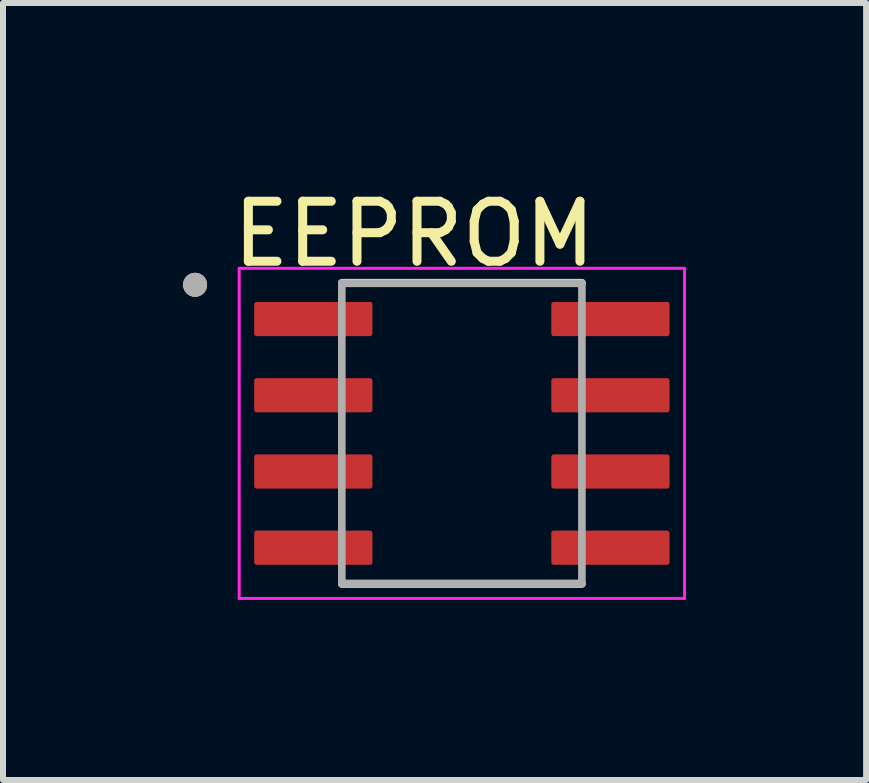
<source format=kicad_pcb>
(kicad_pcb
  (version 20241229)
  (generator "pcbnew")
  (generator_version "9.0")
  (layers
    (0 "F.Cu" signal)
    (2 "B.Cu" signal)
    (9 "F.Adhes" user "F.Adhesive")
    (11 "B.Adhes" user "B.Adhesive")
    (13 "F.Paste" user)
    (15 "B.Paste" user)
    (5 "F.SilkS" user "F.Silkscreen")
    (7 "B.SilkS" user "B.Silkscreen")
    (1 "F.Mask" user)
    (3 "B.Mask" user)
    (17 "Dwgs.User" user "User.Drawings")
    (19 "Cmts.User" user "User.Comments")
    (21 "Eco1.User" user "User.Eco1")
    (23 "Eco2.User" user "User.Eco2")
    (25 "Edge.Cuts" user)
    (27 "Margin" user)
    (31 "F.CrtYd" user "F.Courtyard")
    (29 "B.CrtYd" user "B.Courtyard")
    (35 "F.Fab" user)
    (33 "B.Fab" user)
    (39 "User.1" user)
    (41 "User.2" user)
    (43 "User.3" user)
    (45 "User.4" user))
  (footprint "EEPROM"
    (layer "F.Cu")
    (at 4.645 4.17)
    (property "Reference" "EEPROM" (at -0.795 -3.322 0) (layer "F.SilkS") (effects (font (size 1 1) (thickness 0.15))))
    (attr through_hole)
    (fp_line (start -2 -2.51) (end 2 -2.51) (stroke (width 0.127) (type solid)) (layer "F.SilkS"))
    (fp_line (start -2 2.51) (end 2 2.51) (stroke (width 0.127) (type solid)) (layer "F.SilkS"))
    (fp_circle (center -4.445 -2.475) (end -4.345 -2.475) (stroke (width 0.2) (type solid)) (fill no) (layer "F.SilkS"))
    (fp_line (start -3.71 -2.75) (end -3.71 2.75) (stroke (width 0.05) (type solid)) (layer "F.CrtYd"))
    (fp_line (start -3.71 -2.75) (end 3.71 -2.75) (stroke (width 0.05) (type solid)) (layer "F.CrtYd"))
    (fp_line (start -3.71 2.75) (end 3.71 2.75) (stroke (width 0.05) (type solid)) (layer "F.CrtYd"))
    (fp_line (start 3.71 -2.75) (end 3.71 2.75) (stroke (width 0.05) (type solid)) (layer "F.CrtYd"))
    (fp_line (start -2 -2.5) (end -2 2.5) (stroke (width 0.127) (type solid)) (layer "F.Fab"))
    (fp_line (start -2 -2.5) (end 2 -2.5) (stroke (width 0.127) (type solid)) (layer "F.Fab"))
    (fp_line (start -2 2.5) (end 2 2.5) (stroke (width 0.127) (type solid)) (layer "F.Fab"))
    (fp_line (start 2 -2.5) (end 2 2.5) (stroke (width 0.127) (type solid)) (layer "F.Fab"))
    (fp_circle (center -4.445 -2.475) (end -4.345 -2.475) (stroke (width 0.2) (type solid)) (fill no) (layer "F.Fab"))
    (pad "1" smd roundrect (at -2.475 -1.905) (size 1.97 0.57) (layers "F.Cu" "F.Mask" "F.Paste") (roundrect_rratio 0.07))
    (pad "2" smd roundrect (at -2.475 -0.635) (size 1.97 0.57) (layers "F.Cu" "F.Mask" "F.Paste") (roundrect_rratio 0.07))
    (pad "3" smd roundrect (at -2.475 0.635) (size 1.97 0.57) (layers "F.Cu" "F.Mask" "F.Paste") (roundrect_rratio 0.07))
    (pad "4" smd roundrect (at -2.475 1.905) (size 1.97 0.57) (layers "F.Cu" "F.Mask" "F.Paste") (roundrect_rratio 0.07))
    (pad "5" smd roundrect (at 2.475 1.905) (size 1.97 0.57) (layers "F.Cu" "F.Mask" "F.Paste") (roundrect_rratio 0.07))
    (pad "6" smd roundrect (at 2.475 0.635) (size 1.97 0.57) (layers "F.Cu" "F.Mask" "F.Paste") (roundrect_rratio 0.07))
    (pad "7" smd roundrect (at 2.475 -0.635) (size 1.97 0.57) (layers "F.Cu" "F.Mask" "F.Paste") (roundrect_rratio 0.07))
    (pad "8" smd roundrect (at 2.475 -1.905) (size 1.97 0.57) (layers "F.Cu" "F.Mask" "F.Paste") (roundrect_rratio 0.07)))
  (gr_rect
    (start -3 -3)
    (end 11.38 9.945)
    (stroke (width 0.1) (type default))
    (fill no)
    (layer "Edge.Cuts")))
</source>
